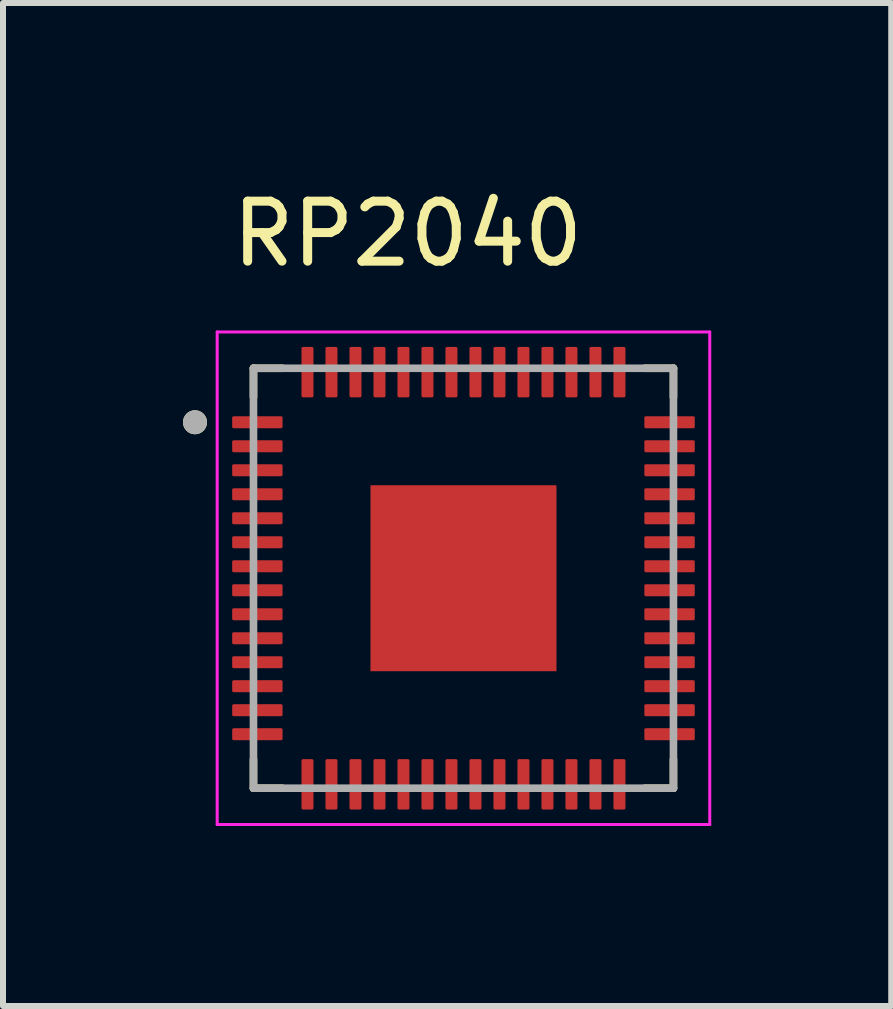
<source format=kicad_pcb>
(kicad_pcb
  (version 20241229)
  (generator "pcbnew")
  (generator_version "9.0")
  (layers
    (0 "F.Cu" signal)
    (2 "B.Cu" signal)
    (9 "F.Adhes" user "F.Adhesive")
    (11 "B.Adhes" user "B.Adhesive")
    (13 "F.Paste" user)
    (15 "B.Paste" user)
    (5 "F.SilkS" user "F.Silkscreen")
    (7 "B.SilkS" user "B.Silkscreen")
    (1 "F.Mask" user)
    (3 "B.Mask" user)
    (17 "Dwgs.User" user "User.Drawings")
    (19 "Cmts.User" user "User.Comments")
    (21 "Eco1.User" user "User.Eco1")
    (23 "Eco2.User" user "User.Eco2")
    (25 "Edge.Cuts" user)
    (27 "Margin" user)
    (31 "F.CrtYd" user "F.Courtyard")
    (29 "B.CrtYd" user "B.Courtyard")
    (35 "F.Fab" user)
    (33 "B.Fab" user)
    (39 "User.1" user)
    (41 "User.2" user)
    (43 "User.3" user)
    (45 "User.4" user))
  (footprint "RP2040"
    (layer "F.Cu")
    (at 4.675 6.588)
    (property "Reference" "RP2040" (at -0.93 -5.74 0) (layer "F.SilkS") (effects (font (size 1 1) (thickness 0.15))))
    (attr smd)
    (fp_line (start -3.5 -3.5) (end -3.5 -3.02) (stroke (width 0.127) (type solid)) (layer "F.SilkS"))
    (fp_line (start -3.5 -3.5) (end -3.02 -3.5) (stroke (width 0.127) (type solid)) (layer "F.SilkS"))
    (fp_line (start -3.5 3.5) (end -3.5 3.02) (stroke (width 0.127) (type solid)) (layer "F.SilkS"))
    (fp_line (start -3.5 3.5) (end -3.02 3.5) (stroke (width 0.127) (type solid)) (layer "F.SilkS"))
    (fp_line (start 3.5 -3.5) (end 3.02 -3.5) (stroke (width 0.127) (type solid)) (layer "F.SilkS"))
    (fp_line (start 3.5 -3.5) (end 3.5 -3.02) (stroke (width 0.127) (type solid)) (layer "F.SilkS"))
    (fp_line (start 3.5 3.5) (end 3.02 3.5) (stroke (width 0.127) (type solid)) (layer "F.SilkS"))
    (fp_line (start 3.5 3.5) (end 3.5 3.02) (stroke (width 0.127) (type solid)) (layer "F.SilkS"))
    (fp_circle (center -4.475 -2.6) (end -4.375 -2.6) (stroke (width 0.2) (type solid)) (fill no) (layer "F.SilkS"))
    (fp_poly (pts (xy -0.98 -0.98) (xy 0.98 -0.98) (xy 0.98 0.98) (xy -0.98 0.98)) (stroke (width 0.01) (type solid)) (fill yes) (layer "F.Paste"))
    (fp_line (start -4.105 -4.105) (end 4.105 -4.105) (stroke (width 0.05) (type solid)) (layer "F.CrtYd"))
    (fp_line (start -4.105 4.105) (end -4.105 -4.105) (stroke (width 0.05) (type solid)) (layer "F.CrtYd"))
    (fp_line (start -4.105 4.105) (end 4.105 4.105) (stroke (width 0.05) (type solid)) (layer "F.CrtYd"))
    (fp_line (start 4.105 4.105) (end 4.105 -4.105) (stroke (width 0.05) (type solid)) (layer "F.CrtYd"))
    (fp_line (start -3.5 3.5) (end -3.5 -3.5) (stroke (width 0.127) (type solid)) (layer "F.Fab"))
    (fp_line (start 3.5 -3.5) (end -3.5 -3.5) (stroke (width 0.127) (type solid)) (layer "F.Fab"))
    (fp_line (start 3.5 3.5) (end -3.5 3.5) (stroke (width 0.127) (type solid)) (layer "F.Fab"))
    (fp_line (start 3.5 3.5) (end 3.5 -3.5) (stroke (width 0.127) (type solid)) (layer "F.Fab"))
    (fp_circle (center -4.475 -2.6) (end -4.375 -2.6) (stroke (width 0.2) (type solid)) (fill no) (layer "F.Fab"))
    (pad "1" smd roundrect (at -3.435 -2.6) (size 0.84 0.2) (layers "F.Cu" "F.Mask" "F.Paste") (roundrect_rratio 0.125))
    (pad "2" smd roundrect (at -3.435 -2.2) (size 0.84 0.2) (layers "F.Cu" "F.Mask" "F.Paste") (roundrect_rratio 0.125))
    (pad "3" smd roundrect (at -3.435 -1.8) (size 0.84 0.2) (layers "F.Cu" "F.Mask" "F.Paste") (roundrect_rratio 0.125))
    (pad "4" smd roundrect (at -3.435 -1.4) (size 0.84 0.2) (layers "F.Cu" "F.Mask" "F.Paste") (roundrect_rratio 0.125))
    (pad "5" smd roundrect (at -3.435 -1) (size 0.84 0.2) (layers "F.Cu" "F.Mask" "F.Paste") (roundrect_rratio 0.125))
    (pad "6" smd roundrect (at -3.435 -0.6) (size 0.84 0.2) (layers "F.Cu" "F.Mask" "F.Paste") (roundrect_rratio 0.125))
    (pad "7" smd roundrect (at -3.435 -0.2) (size 0.84 0.2) (layers "F.Cu" "F.Mask" "F.Paste") (roundrect_rratio 0.125))
    (pad "8" smd roundrect (at -3.435 0.2) (size 0.84 0.2) (layers "F.Cu" "F.Mask" "F.Paste") (roundrect_rratio 0.125))
    (pad "9" smd roundrect (at -3.435 0.6) (size 0.84 0.2) (layers "F.Cu" "F.Mask" "F.Paste") (roundrect_rratio 0.125))
    (pad "10" smd roundrect (at -3.435 1) (size 0.84 0.2) (layers "F.Cu" "F.Mask" "F.Paste") (roundrect_rratio 0.125))
    (pad "11" smd roundrect (at -3.435 1.4) (size 0.84 0.2) (layers "F.Cu" "F.Mask" "F.Paste") (roundrect_rratio 0.125))
    (pad "12" smd roundrect (at -3.435 1.8) (size 0.84 0.2) (layers "F.Cu" "F.Mask" "F.Paste") (roundrect_rratio 0.125))
    (pad "13" smd roundrect (at -3.435 2.2) (size 0.84 0.2) (layers "F.Cu" "F.Mask" "F.Paste") (roundrect_rratio 0.125))
    (pad "14" smd roundrect (at -3.435 2.6) (size 0.84 0.2) (layers "F.Cu" "F.Mask" "F.Paste") (roundrect_rratio 0.125))
    (pad "15" smd roundrect (at -2.6 3.435) (size 0.2 0.84) (layers "F.Cu" "F.Mask" "F.Paste") (roundrect_rratio 0.125))
    (pad "16" smd roundrect (at -2.2 3.435) (size 0.2 0.84) (layers "F.Cu" "F.Mask" "F.Paste") (roundrect_rratio 0.125))
    (pad "17" smd roundrect (at -1.8 3.435) (size 0.2 0.84) (layers "F.Cu" "F.Mask" "F.Paste") (roundrect_rratio 0.125))
    (pad "18" smd roundrect (at -1.4 3.435) (size 0.2 0.84) (layers "F.Cu" "F.Mask" "F.Paste") (roundrect_rratio 0.125))
    (pad "19" smd roundrect (at -1 3.435) (size 0.2 0.84) (layers "F.Cu" "F.Mask" "F.Paste") (roundrect_rratio 0.125))
    (pad "20" smd roundrect (at -0.6 3.435) (size 0.2 0.84) (layers "F.Cu" "F.Mask" "F.Paste") (roundrect_rratio 0.125))
    (pad "21" smd roundrect (at -0.2 3.435) (size 0.2 0.84) (layers "F.Cu" "F.Mask" "F.Paste") (roundrect_rratio 0.125))
    (pad "22" smd roundrect (at 0.2 3.435) (size 0.2 0.84) (layers "F.Cu" "F.Mask" "F.Paste") (roundrect_rratio 0.125))
    (pad "23" smd roundrect (at 0.6 3.435) (size 0.2 0.84) (layers "F.Cu" "F.Mask" "F.Paste") (roundrect_rratio 0.125))
    (pad "24" smd roundrect (at 1 3.435) (size 0.2 0.84) (layers "F.Cu" "F.Mask" "F.Paste") (roundrect_rratio 0.125))
    (pad "25" smd roundrect (at 1.4 3.435) (size 0.2 0.84) (layers "F.Cu" "F.Mask" "F.Paste") (roundrect_rratio 0.125))
    (pad "26" smd roundrect (at 1.8 3.435) (size 0.2 0.84) (layers "F.Cu" "F.Mask" "F.Paste") (roundrect_rratio 0.125))
    (pad "27" smd roundrect (at 2.2 3.435) (size 0.2 0.84) (layers "F.Cu" "F.Mask" "F.Paste") (roundrect_rratio 0.125))
    (pad "28" smd roundrect (at 2.6 3.435) (size 0.2 0.84) (layers "F.Cu" "F.Mask" "F.Paste") (roundrect_rratio 0.125))
    (pad "29" smd roundrect (at 3.435 2.6) (size 0.84 0.2) (layers "F.Cu" "F.Mask" "F.Paste") (roundrect_rratio 0.125))
    (pad "30" smd roundrect (at 3.435 2.2) (size 0.84 0.2) (layers "F.Cu" "F.Mask" "F.Paste") (roundrect_rratio 0.125))
    (pad "31" smd roundrect (at 3.435 1.8) (size 0.84 0.2) (layers "F.Cu" "F.Mask" "F.Paste") (roundrect_rratio 0.125))
    (pad "32" smd roundrect (at 3.435 1.4) (size 0.84 0.2) (layers "F.Cu" "F.Mask" "F.Paste") (roundrect_rratio 0.125))
    (pad "33" smd roundrect (at 3.435 1) (size 0.84 0.2) (layers "F.Cu" "F.Mask" "F.Paste") (roundrect_rratio 0.125))
    (pad "34" smd roundrect (at 3.435 0.6) (size 0.84 0.2) (layers "F.Cu" "F.Mask" "F.Paste") (roundrect_rratio 0.125))
    (pad "35" smd roundrect (at 3.435 0.2) (size 0.84 0.2) (layers "F.Cu" "F.Mask" "F.Paste") (roundrect_rratio 0.125))
    (pad "36" smd roundrect (at 3.435 -0.2) (size 0.84 0.2) (layers "F.Cu" "F.Mask" "F.Paste") (roundrect_rratio 0.125))
    (pad "37" smd roundrect (at 3.435 -0.6) (size 0.84 0.2) (layers "F.Cu" "F.Mask" "F.Paste") (roundrect_rratio 0.125))
    (pad "38" smd roundrect (at 3.435 -1) (size 0.84 0.2) (layers "F.Cu" "F.Mask" "F.Paste") (roundrect_rratio 0.125))
    (pad "39" smd roundrect (at 3.435 -1.4) (size 0.84 0.2) (layers "F.Cu" "F.Mask" "F.Paste") (roundrect_rratio 0.125))
    (pad "40" smd roundrect (at 3.435 -1.8) (size 0.84 0.2) (layers "F.Cu" "F.Mask" "F.Paste") (roundrect_rratio 0.125))
    (pad "41" smd roundrect (at 3.435 -2.2) (size 0.84 0.2) (layers "F.Cu" "F.Mask" "F.Paste") (roundrect_rratio 0.125))
    (pad "42" smd roundrect (at 3.435 -2.6) (size 0.84 0.2) (layers "F.Cu" "F.Mask" "F.Paste") (roundrect_rratio 0.125))
    (pad "43" smd roundrect (at 2.6 -3.435) (size 0.2 0.84) (layers "F.Cu" "F.Mask" "F.Paste") (roundrect_rratio 0.125))
    (pad "44" smd roundrect (at 2.2 -3.435) (size 0.2 0.84) (layers "F.Cu" "F.Mask" "F.Paste") (roundrect_rratio 0.125))
    (pad "45" smd roundrect (at 1.8 -3.435) (size 0.2 0.84) (layers "F.Cu" "F.Mask" "F.Paste") (roundrect_rratio 0.125))
    (pad "46" smd roundrect (at 1.4 -3.435) (size 0.2 0.84) (layers "F.Cu" "F.Mask" "F.Paste") (roundrect_rratio 0.125))
    (pad "47" smd roundrect (at 1 -3.435) (size 0.2 0.84) (layers "F.Cu" "F.Mask" "F.Paste") (roundrect_rratio 0.125))
    (pad "48" smd roundrect (at 0.6 -3.435) (size 0.2 0.84) (layers "F.Cu" "F.Mask" "F.Paste") (roundrect_rratio 0.125))
    (pad "49" smd roundrect (at 0.2 -3.435) (size 0.2 0.84) (layers "F.Cu" "F.Mask" "F.Paste") (roundrect_rratio 0.125))
    (pad "50" smd roundrect (at -0.2 -3.435) (size 0.2 0.84) (layers "F.Cu" "F.Mask" "F.Paste") (roundrect_rratio 0.125))
    (pad "51" smd roundrect (at -0.6 -3.435) (size 0.2 0.84) (layers "F.Cu" "F.Mask" "F.Paste") (roundrect_rratio 0.125))
    (pad "52" smd roundrect (at -1 -3.435) (size 0.2 0.84) (layers "F.Cu" "F.Mask" "F.Paste") (roundrect_rratio 0.125))
    (pad "53" smd roundrect (at -1.4 -3.435) (size 0.2 0.84) (layers "F.Cu" "F.Mask" "F.Paste") (roundrect_rratio 0.125))
    (pad "54" smd roundrect (at -1.8 -3.435) (size 0.2 0.84) (layers "F.Cu" "F.Mask" "F.Paste") (roundrect_rratio 0.125))
    (pad "55" smd roundrect (at -2.2 -3.435) (size 0.2 0.84) (layers "F.Cu" "F.Mask" "F.Paste") (roundrect_rratio 0.125))
    (pad "56" smd roundrect (at -2.6 -3.435) (size 0.2 0.84) (layers "F.Cu" "F.Mask" "F.Paste") (roundrect_rratio 0.125))
    (pad "57" smd rect (at 0 0) (size 3.1 3.1) (layers "F.Cu" "F.Mask")))
  (gr_rect
    (start -3 -3)
    (end 11.805 13.718)
    (stroke (width 0.1) (type default))
    (fill no)
    (layer "Edge.Cuts")))
</source>
